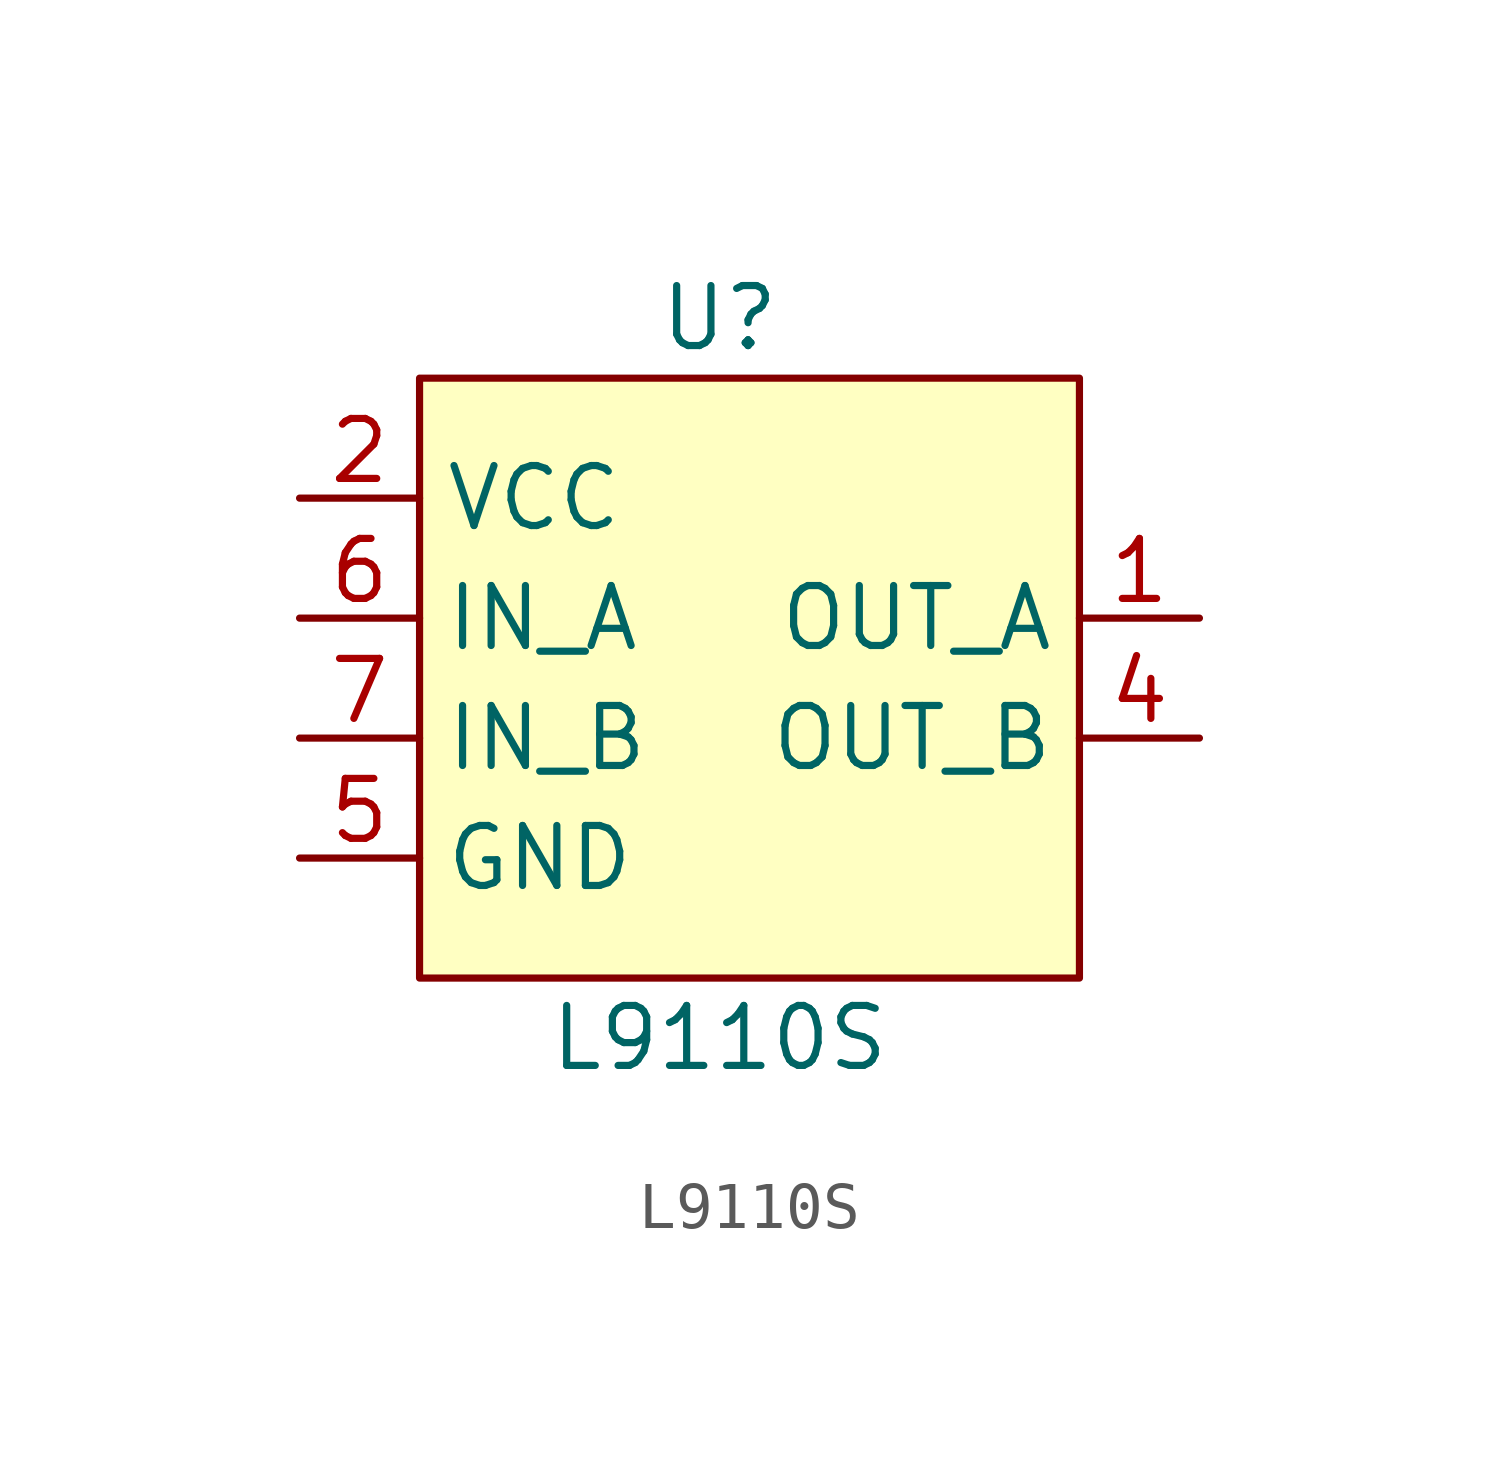
<source format=kicad_sym>
(kicad_symbol_lib
  (version 20211014)
  (generator kicad_symbol_editor)
  (symbol "L9110S"
    (property "Reference" "U"
      (at 0 7.62 0)
      (effects (font (size 1.27 1.27))))
    (property "Value" "L9110S"
      (at 0 -7.62 0)
      (effects (font (size 1.27 1.27))))
    (symbol "L9110S_0_1"
      (rectangle (start -6.35 6.35) (end 7.62 -6.35) (stroke (width 0) (type default) (color 0 0 0 0)) (fill (type background))))
    (symbol "L9110S_1_1"
      (pin output line (at 10.16 1.27 180) (length 2.54) (name "OUT_A" (effects (font (size 1.27 1.27)))) (number "1" (effects (font (size 1.27 1.27)))))
      (pin power_in line (at -8.89 3.81 0) (length 2.54) (name "VCC" (effects (font (size 1.27 1.27)))) (number "2" (effects (font (size 1.27 1.27)))))
      (pin power_in line (at -8.89 3.81 0) (length 2.54) hide (name "VCC" (effects (font (size 1.27 1.27)))) (number "3" (effects (font (size 1.27 1.27)))))
      (pin output line (at 10.16 -1.27 180) (length 2.54) (name "OUT_B" (effects (font (size 1.27 1.27)))) (number "4" (effects (font (size 1.27 1.27)))))
      (pin power_in line (at -8.89 -3.81 0) (length 2.54) (name "GND" (effects (font (size 1.27 1.27)))) (number "5" (effects (font (size 1.27 1.27)))))
      (pin input line (at -8.89 1.27 0) (length 2.54) (name "IN_A" (effects (font (size 1.27 1.27)))) (number "6" (effects (font (size 1.27 1.27)))))
      (pin input line (at -8.89 -1.27 0) (length 2.54) (name "IN_B" (effects (font (size 1.27 1.27)))) (number "7" (effects (font (size 1.27 1.27)))))
      (pin power_in line (at -8.89 -3.81 0) (length 2.54) hide (name "GND" (effects (font (size 1.27 1.27)))) (number "8" (effects (font (size 1.27 1.27))))))))
</source>
